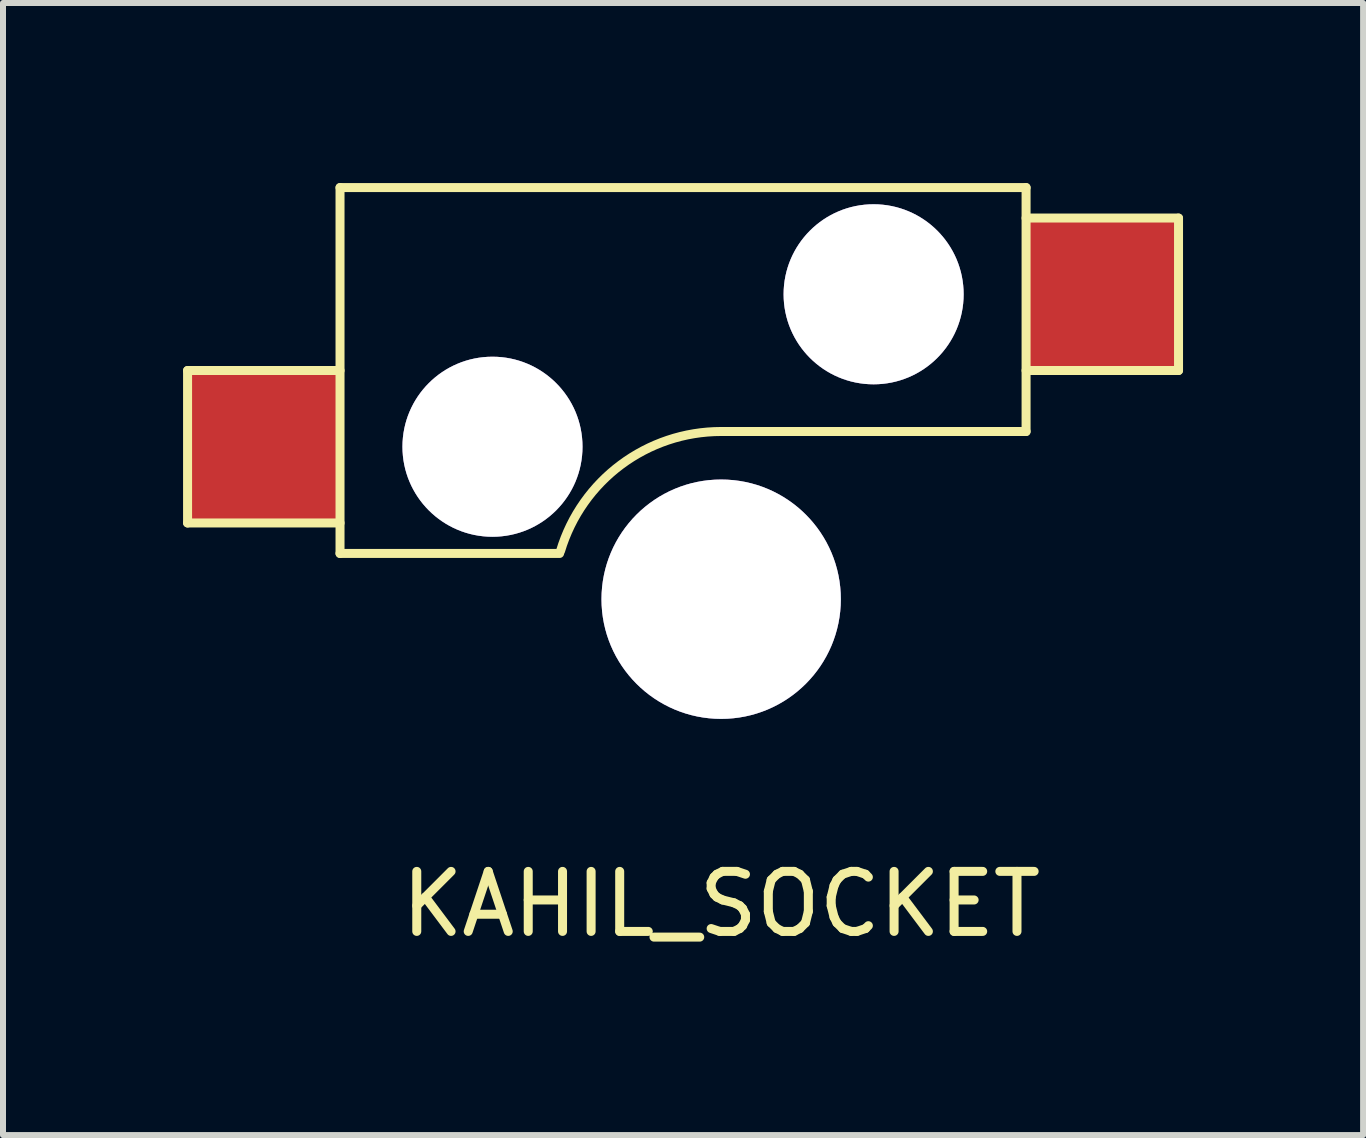
<source format=kicad_pcb>
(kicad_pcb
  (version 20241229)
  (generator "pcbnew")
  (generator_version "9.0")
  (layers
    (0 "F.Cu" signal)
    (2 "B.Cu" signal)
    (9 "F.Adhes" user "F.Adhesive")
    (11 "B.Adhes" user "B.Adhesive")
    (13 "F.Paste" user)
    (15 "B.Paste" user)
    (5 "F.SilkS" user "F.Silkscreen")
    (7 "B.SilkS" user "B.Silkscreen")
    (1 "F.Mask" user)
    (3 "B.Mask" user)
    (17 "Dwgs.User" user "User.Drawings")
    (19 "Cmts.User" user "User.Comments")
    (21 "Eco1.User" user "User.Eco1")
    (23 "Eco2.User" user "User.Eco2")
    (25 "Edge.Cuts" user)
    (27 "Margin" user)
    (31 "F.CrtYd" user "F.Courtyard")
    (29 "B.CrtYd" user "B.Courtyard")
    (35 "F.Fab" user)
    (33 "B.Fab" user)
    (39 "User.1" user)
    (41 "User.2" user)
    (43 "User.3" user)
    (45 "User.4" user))
  (footprint "KAHIL_SOCKET"
    (layer "F.Cu")
    (at 8.965 6.933)
    (property "Reference" "KAHIL_SOCKET" (at 0 5.08 0) (layer "F.SilkS") (effects (font (size 1 1) (thickness 0.15))))
    (attr through_hole)
    (fp_line (start -8.89 -3.81) (end -8.89 -1.27) (stroke (width 0.15) (type solid)) (layer "F.SilkS"))
    (fp_line (start -8.89 -1.27) (end -6.35 -1.27) (stroke (width 0.15) (type solid)) (layer "F.SilkS"))
    (fp_line (start -6.35 -6.858) (end 5.08 -6.858) (stroke (width 0.15) (type solid)) (layer "F.SilkS"))
    (fp_line (start -6.35 -3.81) (end -8.89 -3.81) (stroke (width 0.15) (type solid)) (layer "F.SilkS"))
    (fp_line (start -6.35 -0.762) (end -6.35 -6.858) (stroke (width 0.15) (type solid)) (layer "F.SilkS"))
    (fp_line (start -6.35 -0.762) (end -2.692 -0.762) (stroke (width 0.15) (type solid)) (layer "F.SilkS"))
    (fp_line (start 5.08 -6.858) (end 5.08 -2.794) (stroke (width 0.15) (type solid)) (layer "F.SilkS"))
    (fp_line (start 5.08 -6.35) (end 7.62 -6.35) (stroke (width 0.15) (type solid)) (layer "F.SilkS"))
    (fp_line (start 5.08 -2.794) (end 0 -2.794) (stroke (width 0.15) (type solid)) (layer "F.SilkS"))
    (fp_line (start 7.62 -6.35) (end 7.62 -3.81) (stroke (width 0.15) (type solid)) (layer "F.SilkS"))
    (fp_line (start 7.62 -3.81) (end 5.08 -3.81) (stroke (width 0.15) (type solid)) (layer "F.SilkS"))
    (fp_arc (start -2.676167 -0.80285) (mid -1.667824 -2.241607) (end 0 -2.794) (stroke (width 0.15) (type solid)) (layer "F.SilkS"))
    (pad "0" smd rect (at 6.35 -5.08) (size 2.54 2.54) (layers "F.Cu" "F.Mask" "F.Paste"))
    (pad "1" smd rect (at -7.62 -2.54) (size 2.54 2.54) (layers "F.Cu" "F.Mask" "F.Paste"))
    (pad "2" thru_hole circle (at -3.81 -2.54) (size 3 3) (drill 3) (layers "*.Cu" "*.Mask"))
    (pad "3" thru_hole circle (at 2.54 -5.08) (size 3 3) (drill 3) (layers "*.Cu" "*.Mask"))
    (pad "4" thru_hole circle (at 0 0) (size 3.988 3.988) (drill 3.988) (layers "*.Cu" "*.Mask")))
  (gr_rect
    (start -3 -3)
    (end 19.66 15.861)
    (stroke (width 0.1) (type default))
    (fill no)
    (layer "Edge.Cuts")))
</source>
